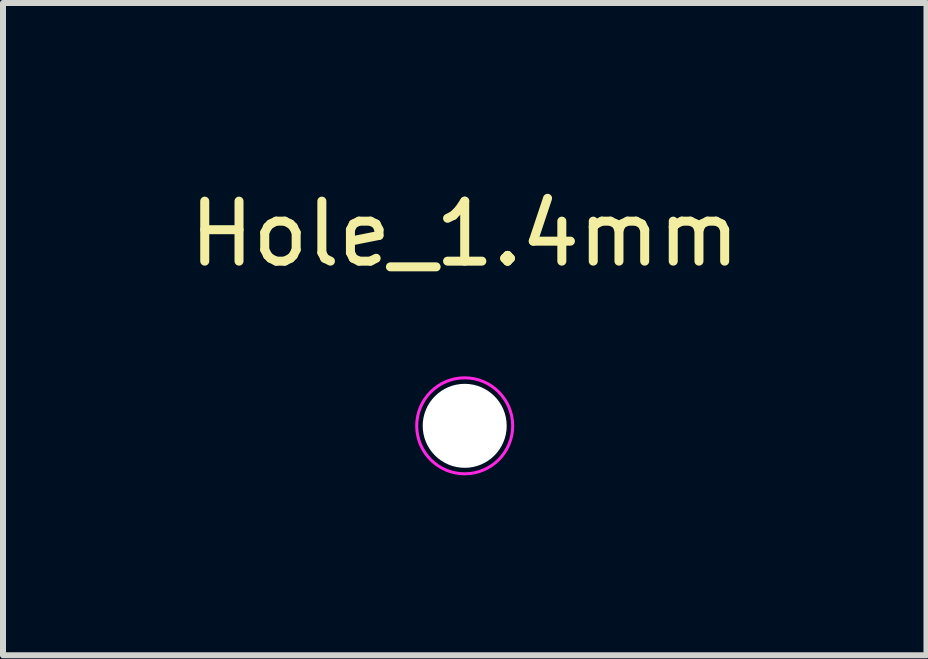
<source format=kicad_pcb>
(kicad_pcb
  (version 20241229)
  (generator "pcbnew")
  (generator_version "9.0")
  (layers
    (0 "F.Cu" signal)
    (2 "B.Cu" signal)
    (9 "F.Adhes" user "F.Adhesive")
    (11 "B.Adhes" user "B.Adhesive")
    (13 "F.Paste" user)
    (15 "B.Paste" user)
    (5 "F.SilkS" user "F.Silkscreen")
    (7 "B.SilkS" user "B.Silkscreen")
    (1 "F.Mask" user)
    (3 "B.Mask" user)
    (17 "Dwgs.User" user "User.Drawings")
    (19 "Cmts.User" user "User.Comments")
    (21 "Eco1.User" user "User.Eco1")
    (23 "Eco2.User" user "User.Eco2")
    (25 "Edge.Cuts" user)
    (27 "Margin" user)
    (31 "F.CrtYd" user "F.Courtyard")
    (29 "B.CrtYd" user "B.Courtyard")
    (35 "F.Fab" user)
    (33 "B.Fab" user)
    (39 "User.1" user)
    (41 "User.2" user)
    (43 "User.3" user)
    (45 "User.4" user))
  (footprint "Hole_1.4mm"
    (layer "F.Cu")
    (at 4.696 4.048)
    (property "Reference" "Hole_1.4mm" (at 0 -3.2 0) (layer "F.SilkS") (effects (font (size 1 1) (thickness 0.15))))
    (attr exclude_from_pos_files exclude_from_bom)
    (fp_circle (center 0 0) (end 0.8 0) (stroke (width 0.05) (type solid)) (fill no) (layer "F.CrtYd"))
    (pad "" np_thru_hole circle (at 0 0) (size 1.4 1.4) (drill 1.4) (layers "*.Cu" "*.Mask")))
  (gr_rect
    (start -3 -3)
    (end 12.393 7.873)
    (stroke (width 0.1) (type default))
    (fill no)
    (layer "Edge.Cuts")))
</source>
